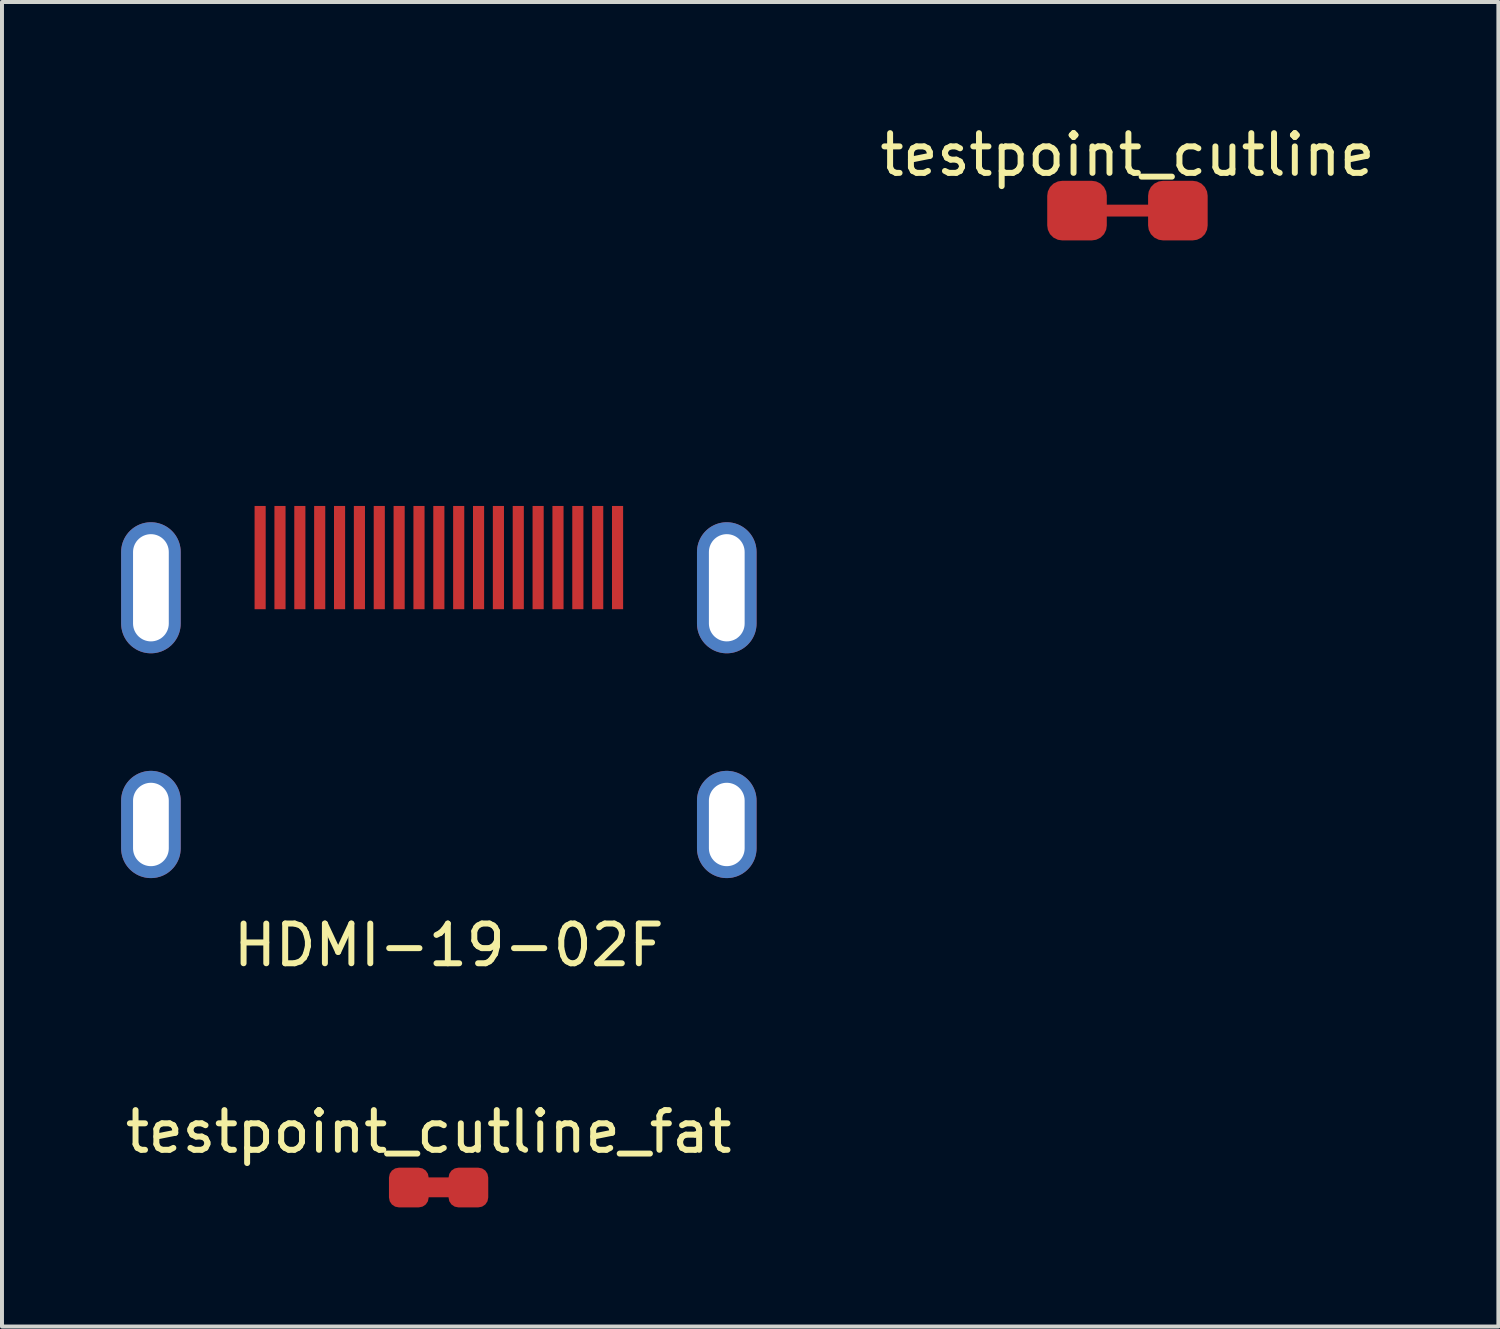
<source format=kicad_pcb>
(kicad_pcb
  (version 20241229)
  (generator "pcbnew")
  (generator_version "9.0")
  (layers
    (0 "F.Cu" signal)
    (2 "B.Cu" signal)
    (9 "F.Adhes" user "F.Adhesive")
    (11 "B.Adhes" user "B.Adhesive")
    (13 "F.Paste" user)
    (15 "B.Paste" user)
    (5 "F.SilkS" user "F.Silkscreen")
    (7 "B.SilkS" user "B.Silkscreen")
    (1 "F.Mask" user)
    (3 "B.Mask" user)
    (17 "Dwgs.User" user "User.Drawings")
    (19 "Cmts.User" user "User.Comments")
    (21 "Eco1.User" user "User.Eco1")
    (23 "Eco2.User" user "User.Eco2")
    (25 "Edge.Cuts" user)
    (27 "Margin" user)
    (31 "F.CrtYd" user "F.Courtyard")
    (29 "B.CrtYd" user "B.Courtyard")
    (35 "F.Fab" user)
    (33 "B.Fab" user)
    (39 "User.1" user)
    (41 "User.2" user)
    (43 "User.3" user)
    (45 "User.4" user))
  (footprint "testpoint_cutline_fat"
    (layer "F.Cu")
    (at 7.744 24.947)
    (property "Reference" "testpoint_cutline_fat" (at 0 0.5 0) (layer "F.SilkS") (effects (font (size 1 1) (thickness 0.15))))
    (attr through_hole)
    (fp_poly (pts (xy 0.5 2.1) (xy 0 2.1) (xy 0 1.7) (xy 0.5 1.7)) (stroke (width 0.1) (type solid)) (fill yes) (layer "F.Cu"))
    (pad "1" smd roundrect (at -0.5 1.905) (size 1 1) (layers "F.Cu" "F.Mask" "F.Paste") (roundrect_rratio 0.25))
    (pad "2" smd roundrect (at 1 1.905) (size 1 1) (layers "F.Cu" "F.Mask" "F.Paste") (roundrect_rratio 0.25)))
  (footprint "testpoint_cutline"
    (layer "F.Cu")
    (at 25.339 0.348)
    (property "Reference" "testpoint_cutline" (at 0 0.5 0) (layer "F.SilkS") (effects (font (size 1 1) (thickness 0.15))))
    (attr through_hole)
    (fp_line (start -1.27 1.905) (end 1.27 1.905) (stroke (width 0.3) (type solid)) (layer "F.Cu"))
    (pad "1" smd roundrect (at -1.27 1.905) (size 1.5 1.5) (layers "F.Cu" "F.Mask" "F.Paste") (roundrect_rratio 0.25))
    (pad "2" smd roundrect (at 1.27 1.905) (size 1.5 1.5) (layers "F.Cu" "F.Mask" "F.Paste") (roundrect_rratio 0.25)))
  (footprint "HDMI-19-02F"
    (layer "F.Cu")
    (at 12.75 0.25)
    (property "Reference" "HDMI-19-02F" (at -4.5 20.5 0) (layer "F.SilkS") (effects (font (size 1 1) (thickness 0.15))))
    (attr through_hole)
    (pad "1" smd rect (at -0.25 10.74) (size 0.28 2.6) (layers "F.Cu" "F.Mask" "F.Paste"))
    (pad "2" smd rect (at -0.75 10.74) (size 0.28 2.6) (layers "F.Cu" "F.Mask" "F.Paste"))
    (pad "3" smd rect (at -1.25 10.74) (size 0.28 2.6) (layers "F.Cu" "F.Mask" "F.Paste"))
    (pad "4" smd rect (at -1.75 10.74) (size 0.28 2.6) (layers "F.Cu" "F.Mask" "F.Paste"))
    (pad "5" smd rect (at -2.25 10.74) (size 0.28 2.6) (layers "F.Cu" "F.Mask" "F.Paste"))
    (pad "6" smd rect (at -2.75 10.74) (size 0.28 2.6) (layers "F.Cu" "F.Mask" "F.Paste"))
    (pad "7" smd rect (at -3.25 10.74) (size 0.28 2.6) (layers "F.Cu" "F.Mask" "F.Paste"))
    (pad "8" smd rect (at -3.75 10.74) (size 0.28 2.6) (layers "F.Cu" "F.Mask" "F.Paste"))
    (pad "9" smd rect (at -4.25 10.74) (size 0.28 2.6) (layers "F.Cu" "F.Mask" "F.Paste"))
    (pad "10" smd rect (at -4.75 10.74) (size 0.28 2.6) (layers "F.Cu" "F.Mask" "F.Paste"))
    (pad "11" smd rect (at -5.25 10.74) (size 0.28 2.6) (layers "F.Cu" "F.Mask" "F.Paste"))
    (pad "12" smd rect (at -5.75 10.74) (size 0.28 2.6) (layers "F.Cu" "F.Mask" "F.Paste"))
    (pad "13" smd rect (at -6.25 10.74) (size 0.28 2.6) (layers "F.Cu" "F.Mask" "F.Paste"))
    (pad "14" smd rect (at -6.75 10.74) (size 0.28 2.6) (layers "F.Cu" "F.Mask" "F.Paste"))
    (pad "15" smd rect (at -7.25 10.74) (size 0.28 2.6) (layers "F.Cu" "F.Mask" "F.Paste"))
    (pad "16" smd rect (at -7.75 10.74) (size 0.28 2.6) (layers "F.Cu" "F.Mask" "F.Paste"))
    (pad "17" smd rect (at -8.25 10.74) (size 0.28 2.6) (layers "F.Cu" "F.Mask" "F.Paste"))
    (pad "18" smd rect (at -8.75 10.74) (size 0.28 2.6) (layers "F.Cu" "F.Mask" "F.Paste"))
    (pad "19" smd rect (at -9.25 10.74) (size 0.28 2.6) (layers "F.Cu" "F.Mask" "F.Paste"))
    (pad "SH" thru_hole oval (at -12 11.5) (size 1.5 3.3) (drill oval 0.9 2.7) (layers "*.Cu" "*.Mask"))
    (pad "SH" thru_hole oval (at -12 17.46) (size 1.5 2.7) (drill oval 0.9 2.1) (layers "*.Cu" "*.Mask"))
    (pad "SH" thru_hole oval (at 2.5 11.5) (size 1.5 3.3) (drill oval 0.9 2.7) (layers "*.Cu" "*.Mask"))
    (pad "SH" thru_hole oval (at 2.5 17.46) (size 1.5 2.7) (drill oval 0.9 2.1) (layers "*.Cu" "*.Mask")))
  (gr_rect
    (start -3 -3)
    (end 34.679 30.352)
    (stroke (width 0.1) (type default))
    (fill no)
    (layer "Edge.Cuts")))
</source>
